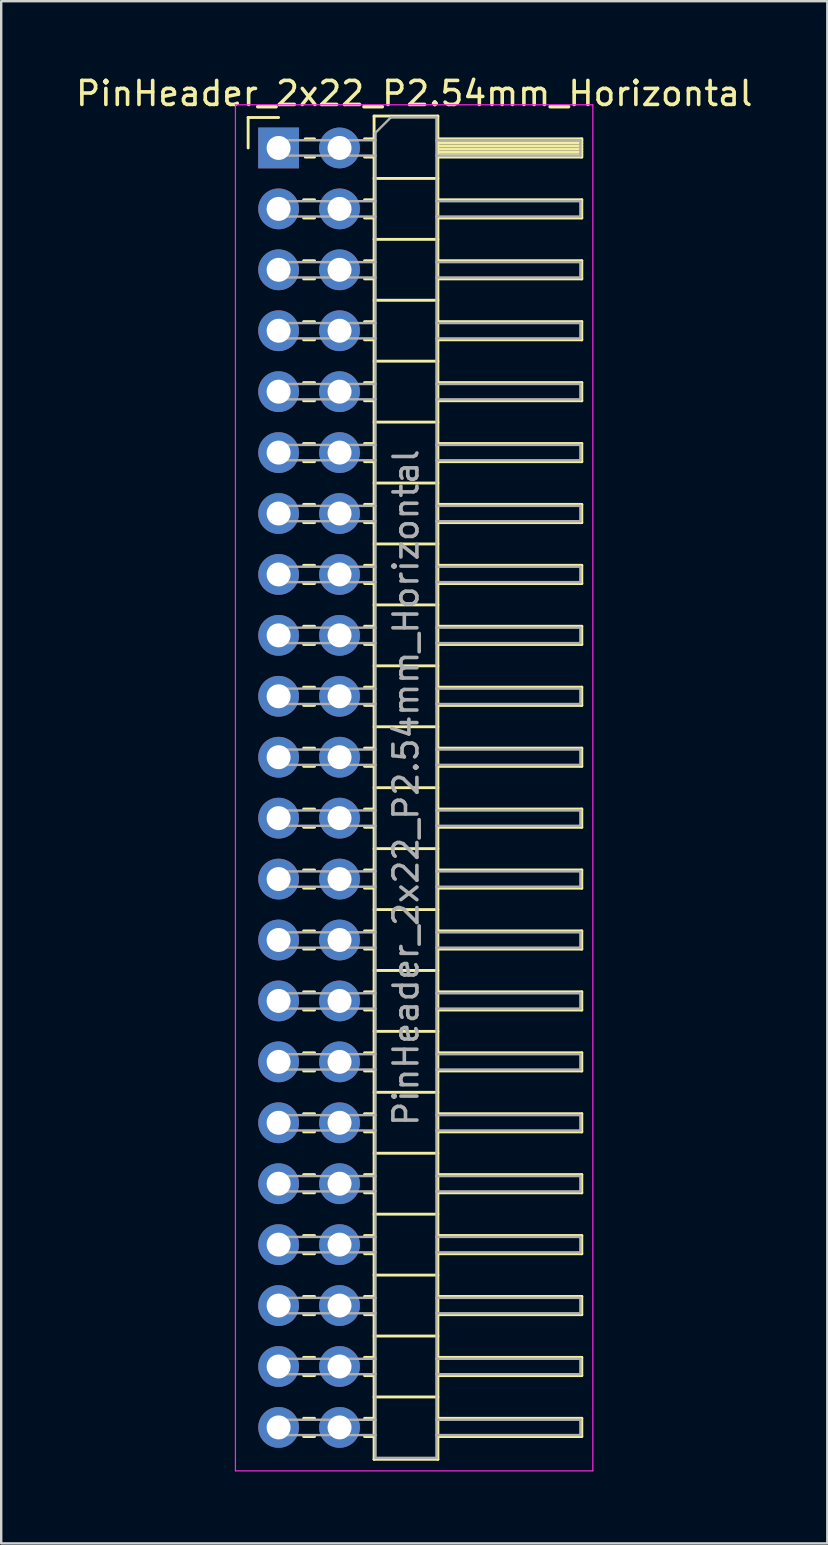
<source format=kicad_pcb>
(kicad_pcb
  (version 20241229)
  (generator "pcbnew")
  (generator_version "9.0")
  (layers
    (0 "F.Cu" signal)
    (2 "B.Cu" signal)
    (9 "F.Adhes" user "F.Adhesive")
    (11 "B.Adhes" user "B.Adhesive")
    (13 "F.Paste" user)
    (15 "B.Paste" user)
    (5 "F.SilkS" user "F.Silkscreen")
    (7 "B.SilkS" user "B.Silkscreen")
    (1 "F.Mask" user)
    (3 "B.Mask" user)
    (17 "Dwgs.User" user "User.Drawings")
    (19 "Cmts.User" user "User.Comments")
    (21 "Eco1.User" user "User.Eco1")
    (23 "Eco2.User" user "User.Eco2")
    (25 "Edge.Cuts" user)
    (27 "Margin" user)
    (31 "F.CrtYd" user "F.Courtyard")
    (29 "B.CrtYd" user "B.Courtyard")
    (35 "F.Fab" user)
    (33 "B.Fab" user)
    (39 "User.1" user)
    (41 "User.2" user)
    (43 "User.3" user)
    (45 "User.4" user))
  (footprint "PinHeader_2x22_P2.54mm_Horizontal"
    (layer "F.Cu")
    (at 8.565 3.118)
    (property "Reference" "PinHeader_2x22_P2.54mm_Horizontal" (at 5.655 -2.27 0) (layer "F.SilkS") (effects (font (size 1 1) (thickness 0.15))))
    (attr through_hole)
    (fp_line (start -1.27 -1.27) (end 0 -1.27) (stroke (width 0.12) (type solid)) (layer "F.SilkS"))
    (fp_line (start -1.27 0) (end -1.27 -1.27) (stroke (width 0.12) (type solid)) (layer "F.SilkS"))
    (fp_line (start 1.043 2.16) (end 1.497 2.16) (stroke (width 0.12) (type solid)) (layer "F.SilkS"))
    (fp_line (start 1.043 2.92) (end 1.497 2.92) (stroke (width 0.12) (type solid)) (layer "F.SilkS"))
    (fp_line (start 1.043 4.7) (end 1.497 4.7) (stroke (width 0.12) (type solid)) (layer "F.SilkS"))
    (fp_line (start 1.043 5.46) (end 1.497 5.46) (stroke (width 0.12) (type solid)) (layer "F.SilkS"))
    (fp_line (start 1.043 7.24) (end 1.497 7.24) (stroke (width 0.12) (type solid)) (layer "F.SilkS"))
    (fp_line (start 1.043 8) (end 1.497 8) (stroke (width 0.12) (type solid)) (layer "F.SilkS"))
    (fp_line (start 1.043 9.78) (end 1.497 9.78) (stroke (width 0.12) (type solid)) (layer "F.SilkS"))
    (fp_line (start 1.043 10.54) (end 1.497 10.54) (stroke (width 0.12) (type solid)) (layer "F.SilkS"))
    (fp_line (start 1.043 12.32) (end 1.497 12.32) (stroke (width 0.12) (type solid)) (layer "F.SilkS"))
    (fp_line (start 1.043 13.08) (end 1.497 13.08) (stroke (width 0.12) (type solid)) (layer "F.SilkS"))
    (fp_line (start 1.043 14.86) (end 1.497 14.86) (stroke (width 0.12) (type solid)) (layer "F.SilkS"))
    (fp_line (start 1.043 15.62) (end 1.497 15.62) (stroke (width 0.12) (type solid)) (layer "F.SilkS"))
    (fp_line (start 1.043 17.4) (end 1.497 17.4) (stroke (width 0.12) (type solid)) (layer "F.SilkS"))
    (fp_line (start 1.043 18.16) (end 1.497 18.16) (stroke (width 0.12) (type solid)) (layer "F.SilkS"))
    (fp_line (start 1.043 19.94) (end 1.497 19.94) (stroke (width 0.12) (type solid)) (layer "F.SilkS"))
    (fp_line (start 1.043 20.7) (end 1.497 20.7) (stroke (width 0.12) (type solid)) (layer "F.SilkS"))
    (fp_line (start 1.043 22.48) (end 1.497 22.48) (stroke (width 0.12) (type solid)) (layer "F.SilkS"))
    (fp_line (start 1.043 23.24) (end 1.497 23.24) (stroke (width 0.12) (type solid)) (layer "F.SilkS"))
    (fp_line (start 1.043 25.02) (end 1.497 25.02) (stroke (width 0.12) (type solid)) (layer "F.SilkS"))
    (fp_line (start 1.043 25.78) (end 1.497 25.78) (stroke (width 0.12) (type solid)) (layer "F.SilkS"))
    (fp_line (start 1.043 27.56) (end 1.497 27.56) (stroke (width 0.12) (type solid)) (layer "F.SilkS"))
    (fp_line (start 1.043 28.32) (end 1.497 28.32) (stroke (width 0.12) (type solid)) (layer "F.SilkS"))
    (fp_line (start 1.043 30.1) (end 1.497 30.1) (stroke (width 0.12) (type solid)) (layer "F.SilkS"))
    (fp_line (start 1.043 30.86) (end 1.497 30.86) (stroke (width 0.12) (type solid)) (layer "F.SilkS"))
    (fp_line (start 1.043 32.64) (end 1.497 32.64) (stroke (width 0.12) (type solid)) (layer "F.SilkS"))
    (fp_line (start 1.043 33.4) (end 1.497 33.4) (stroke (width 0.12) (type solid)) (layer "F.SilkS"))
    (fp_line (start 1.043 35.18) (end 1.497 35.18) (stroke (width 0.12) (type solid)) (layer "F.SilkS"))
    (fp_line (start 1.043 35.94) (end 1.497 35.94) (stroke (width 0.12) (type solid)) (layer "F.SilkS"))
    (fp_line (start 1.043 37.72) (end 1.497 37.72) (stroke (width 0.12) (type solid)) (layer "F.SilkS"))
    (fp_line (start 1.043 38.48) (end 1.497 38.48) (stroke (width 0.12) (type solid)) (layer "F.SilkS"))
    (fp_line (start 1.043 40.26) (end 1.497 40.26) (stroke (width 0.12) (type solid)) (layer "F.SilkS"))
    (fp_line (start 1.043 41.02) (end 1.497 41.02) (stroke (width 0.12) (type solid)) (layer "F.SilkS"))
    (fp_line (start 1.043 42.8) (end 1.497 42.8) (stroke (width 0.12) (type solid)) (layer "F.SilkS"))
    (fp_line (start 1.043 43.56) (end 1.497 43.56) (stroke (width 0.12) (type solid)) (layer "F.SilkS"))
    (fp_line (start 1.043 45.34) (end 1.497 45.34) (stroke (width 0.12) (type solid)) (layer "F.SilkS"))
    (fp_line (start 1.043 46.1) (end 1.497 46.1) (stroke (width 0.12) (type solid)) (layer "F.SilkS"))
    (fp_line (start 1.043 47.88) (end 1.497 47.88) (stroke (width 0.12) (type solid)) (layer "F.SilkS"))
    (fp_line (start 1.043 48.64) (end 1.497 48.64) (stroke (width 0.12) (type solid)) (layer "F.SilkS"))
    (fp_line (start 1.043 50.42) (end 1.497 50.42) (stroke (width 0.12) (type solid)) (layer "F.SilkS"))
    (fp_line (start 1.043 51.18) (end 1.497 51.18) (stroke (width 0.12) (type solid)) (layer "F.SilkS"))
    (fp_line (start 1.043 52.96) (end 1.497 52.96) (stroke (width 0.12) (type solid)) (layer "F.SilkS"))
    (fp_line (start 1.043 53.72) (end 1.497 53.72) (stroke (width 0.12) (type solid)) (layer "F.SilkS"))
    (fp_line (start 1.11 -0.38) (end 1.497 -0.38) (stroke (width 0.12) (type solid)) (layer "F.SilkS"))
    (fp_line (start 1.11 0.38) (end 1.497 0.38) (stroke (width 0.12) (type solid)) (layer "F.SilkS"))
    (fp_line (start 3.583 -0.38) (end 3.98 -0.38) (stroke (width 0.12) (type solid)) (layer "F.SilkS"))
    (fp_line (start 3.583 0.38) (end 3.98 0.38) (stroke (width 0.12) (type solid)) (layer "F.SilkS"))
    (fp_line (start 3.583 2.16) (end 3.98 2.16) (stroke (width 0.12) (type solid)) (layer "F.SilkS"))
    (fp_line (start 3.583 2.92) (end 3.98 2.92) (stroke (width 0.12) (type solid)) (layer "F.SilkS"))
    (fp_line (start 3.583 4.7) (end 3.98 4.7) (stroke (width 0.12) (type solid)) (layer "F.SilkS"))
    (fp_line (start 3.583 5.46) (end 3.98 5.46) (stroke (width 0.12) (type solid)) (layer "F.SilkS"))
    (fp_line (start 3.583 7.24) (end 3.98 7.24) (stroke (width 0.12) (type solid)) (layer "F.SilkS"))
    (fp_line (start 3.583 8) (end 3.98 8) (stroke (width 0.12) (type solid)) (layer "F.SilkS"))
    (fp_line (start 3.583 9.78) (end 3.98 9.78) (stroke (width 0.12) (type solid)) (layer "F.SilkS"))
    (fp_line (start 3.583 10.54) (end 3.98 10.54) (stroke (width 0.12) (type solid)) (layer "F.SilkS"))
    (fp_line (start 3.583 12.32) (end 3.98 12.32) (stroke (width 0.12) (type solid)) (layer "F.SilkS"))
    (fp_line (start 3.583 13.08) (end 3.98 13.08) (stroke (width 0.12) (type solid)) (layer "F.SilkS"))
    (fp_line (start 3.583 14.86) (end 3.98 14.86) (stroke (width 0.12) (type solid)) (layer "F.SilkS"))
    (fp_line (start 3.583 15.62) (end 3.98 15.62) (stroke (width 0.12) (type solid)) (layer "F.SilkS"))
    (fp_line (start 3.583 17.4) (end 3.98 17.4) (stroke (width 0.12) (type solid)) (layer "F.SilkS"))
    (fp_line (start 3.583 18.16) (end 3.98 18.16) (stroke (width 0.12) (type solid)) (layer "F.SilkS"))
    (fp_line (start 3.583 19.94) (end 3.98 19.94) (stroke (width 0.12) (type solid)) (layer "F.SilkS"))
    (fp_line (start 3.583 20.7) (end 3.98 20.7) (stroke (width 0.12) (type solid)) (layer "F.SilkS"))
    (fp_line (start 3.583 22.48) (end 3.98 22.48) (stroke (width 0.12) (type solid)) (layer "F.SilkS"))
    (fp_line (start 3.583 23.24) (end 3.98 23.24) (stroke (width 0.12) (type solid)) (layer "F.SilkS"))
    (fp_line (start 3.583 25.02) (end 3.98 25.02) (stroke (width 0.12) (type solid)) (layer "F.SilkS"))
    (fp_line (start 3.583 25.78) (end 3.98 25.78) (stroke (width 0.12) (type solid)) (layer "F.SilkS"))
    (fp_line (start 3.583 27.56) (end 3.98 27.56) (stroke (width 0.12) (type solid)) (layer "F.SilkS"))
    (fp_line (start 3.583 28.32) (end 3.98 28.32) (stroke (width 0.12) (type solid)) (layer "F.SilkS"))
    (fp_line (start 3.583 30.1) (end 3.98 30.1) (stroke (width 0.12) (type solid)) (layer "F.SilkS"))
    (fp_line (start 3.583 30.86) (end 3.98 30.86) (stroke (width 0.12) (type solid)) (layer "F.SilkS"))
    (fp_line (start 3.583 32.64) (end 3.98 32.64) (stroke (width 0.12) (type solid)) (layer "F.SilkS"))
    (fp_line (start 3.583 33.4) (end 3.98 33.4) (stroke (width 0.12) (type solid)) (layer "F.SilkS"))
    (fp_line (start 3.583 35.18) (end 3.98 35.18) (stroke (width 0.12) (type solid)) (layer "F.SilkS"))
    (fp_line (start 3.583 35.94) (end 3.98 35.94) (stroke (width 0.12) (type solid)) (layer "F.SilkS"))
    (fp_line (start 3.583 37.72) (end 3.98 37.72) (stroke (width 0.12) (type solid)) (layer "F.SilkS"))
    (fp_line (start 3.583 38.48) (end 3.98 38.48) (stroke (width 0.12) (type solid)) (layer "F.SilkS"))
    (fp_line (start 3.583 40.26) (end 3.98 40.26) (stroke (width 0.12) (type solid)) (layer "F.SilkS"))
    (fp_line (start 3.583 41.02) (end 3.98 41.02) (stroke (width 0.12) (type solid)) (layer "F.SilkS"))
    (fp_line (start 3.583 42.8) (end 3.98 42.8) (stroke (width 0.12) (type solid)) (layer "F.SilkS"))
    (fp_line (start 3.583 43.56) (end 3.98 43.56) (stroke (width 0.12) (type solid)) (layer "F.SilkS"))
    (fp_line (start 3.583 45.34) (end 3.98 45.34) (stroke (width 0.12) (type solid)) (layer "F.SilkS"))
    (fp_line (start 3.583 46.1) (end 3.98 46.1) (stroke (width 0.12) (type solid)) (layer "F.SilkS"))
    (fp_line (start 3.583 47.88) (end 3.98 47.88) (stroke (width 0.12) (type solid)) (layer "F.SilkS"))
    (fp_line (start 3.583 48.64) (end 3.98 48.64) (stroke (width 0.12) (type solid)) (layer "F.SilkS"))
    (fp_line (start 3.583 50.42) (end 3.98 50.42) (stroke (width 0.12) (type solid)) (layer "F.SilkS"))
    (fp_line (start 3.583 51.18) (end 3.98 51.18) (stroke (width 0.12) (type solid)) (layer "F.SilkS"))
    (fp_line (start 3.583 52.96) (end 3.98 52.96) (stroke (width 0.12) (type solid)) (layer "F.SilkS"))
    (fp_line (start 3.583 53.72) (end 3.98 53.72) (stroke (width 0.12) (type solid)) (layer "F.SilkS"))
    (fp_line (start 3.98 -1.33) (end 3.98 54.67) (stroke (width 0.12) (type solid)) (layer "F.SilkS"))
    (fp_line (start 3.98 1.27) (end 6.64 1.27) (stroke (width 0.12) (type solid)) (layer "F.SilkS"))
    (fp_line (start 3.98 3.81) (end 6.64 3.81) (stroke (width 0.12) (type solid)) (layer "F.SilkS"))
    (fp_line (start 3.98 6.35) (end 6.64 6.35) (stroke (width 0.12) (type solid)) (layer "F.SilkS"))
    (fp_line (start 3.98 8.89) (end 6.64 8.89) (stroke (width 0.12) (type solid)) (layer "F.SilkS"))
    (fp_line (start 3.98 11.43) (end 6.64 11.43) (stroke (width 0.12) (type solid)) (layer "F.SilkS"))
    (fp_line (start 3.98 13.97) (end 6.64 13.97) (stroke (width 0.12) (type solid)) (layer "F.SilkS"))
    (fp_line (start 3.98 16.51) (end 6.64 16.51) (stroke (width 0.12) (type solid)) (layer "F.SilkS"))
    (fp_line (start 3.98 19.05) (end 6.64 19.05) (stroke (width 0.12) (type solid)) (layer "F.SilkS"))
    (fp_line (start 3.98 21.59) (end 6.64 21.59) (stroke (width 0.12) (type solid)) (layer "F.SilkS"))
    (fp_line (start 3.98 24.13) (end 6.64 24.13) (stroke (width 0.12) (type solid)) (layer "F.SilkS"))
    (fp_line (start 3.98 26.67) (end 6.64 26.67) (stroke (width 0.12) (type solid)) (layer "F.SilkS"))
    (fp_line (start 3.98 29.21) (end 6.64 29.21) (stroke (width 0.12) (type solid)) (layer "F.SilkS"))
    (fp_line (start 3.98 31.75) (end 6.64 31.75) (stroke (width 0.12) (type solid)) (layer "F.SilkS"))
    (fp_line (start 3.98 34.29) (end 6.64 34.29) (stroke (width 0.12) (type solid)) (layer "F.SilkS"))
    (fp_line (start 3.98 36.83) (end 6.64 36.83) (stroke (width 0.12) (type solid)) (layer "F.SilkS"))
    (fp_line (start 3.98 39.37) (end 6.64 39.37) (stroke (width 0.12) (type solid)) (layer "F.SilkS"))
    (fp_line (start 3.98 41.91) (end 6.64 41.91) (stroke (width 0.12) (type solid)) (layer "F.SilkS"))
    (fp_line (start 3.98 44.45) (end 6.64 44.45) (stroke (width 0.12) (type solid)) (layer "F.SilkS"))
    (fp_line (start 3.98 46.99) (end 6.64 46.99) (stroke (width 0.12) (type solid)) (layer "F.SilkS"))
    (fp_line (start 3.98 49.53) (end 6.64 49.53) (stroke (width 0.12) (type solid)) (layer "F.SilkS"))
    (fp_line (start 3.98 52.07) (end 6.64 52.07) (stroke (width 0.12) (type solid)) (layer "F.SilkS"))
    (fp_line (start 3.98 54.67) (end 6.64 54.67) (stroke (width 0.12) (type solid)) (layer "F.SilkS"))
    (fp_line (start 6.64 -1.33) (end 3.98 -1.33) (stroke (width 0.12) (type solid)) (layer "F.SilkS"))
    (fp_line (start 6.64 -0.38) (end 12.64 -0.38) (stroke (width 0.12) (type solid)) (layer "F.SilkS"))
    (fp_line (start 6.64 -0.32) (end 12.64 -0.32) (stroke (width 0.12) (type solid)) (layer "F.SilkS"))
    (fp_line (start 6.64 -0.2) (end 12.64 -0.2) (stroke (width 0.12) (type solid)) (layer "F.SilkS"))
    (fp_line (start 6.64 -0.08) (end 12.64 -0.08) (stroke (width 0.12) (type solid)) (layer "F.SilkS"))
    (fp_line (start 6.64 0.04) (end 12.64 0.04) (stroke (width 0.12) (type solid)) (layer "F.SilkS"))
    (fp_line (start 6.64 0.16) (end 12.64 0.16) (stroke (width 0.12) (type solid)) (layer "F.SilkS"))
    (fp_line (start 6.64 0.28) (end 12.64 0.28) (stroke (width 0.12) (type solid)) (layer "F.SilkS"))
    (fp_line (start 6.64 2.16) (end 12.64 2.16) (stroke (width 0.12) (type solid)) (layer "F.SilkS"))
    (fp_line (start 6.64 4.7) (end 12.64 4.7) (stroke (width 0.12) (type solid)) (layer "F.SilkS"))
    (fp_line (start 6.64 7.24) (end 12.64 7.24) (stroke (width 0.12) (type solid)) (layer "F.SilkS"))
    (fp_line (start 6.64 9.78) (end 12.64 9.78) (stroke (width 0.12) (type solid)) (layer "F.SilkS"))
    (fp_line (start 6.64 12.32) (end 12.64 12.32) (stroke (width 0.12) (type solid)) (layer "F.SilkS"))
    (fp_line (start 6.64 14.86) (end 12.64 14.86) (stroke (width 0.12) (type solid)) (layer "F.SilkS"))
    (fp_line (start 6.64 17.4) (end 12.64 17.4) (stroke (width 0.12) (type solid)) (layer "F.SilkS"))
    (fp_line (start 6.64 19.94) (end 12.64 19.94) (stroke (width 0.12) (type solid)) (layer "F.SilkS"))
    (fp_line (start 6.64 22.48) (end 12.64 22.48) (stroke (width 0.12) (type solid)) (layer "F.SilkS"))
    (fp_line (start 6.64 25.02) (end 12.64 25.02) (stroke (width 0.12) (type solid)) (layer "F.SilkS"))
    (fp_line (start 6.64 27.56) (end 12.64 27.56) (stroke (width 0.12) (type solid)) (layer "F.SilkS"))
    (fp_line (start 6.64 30.1) (end 12.64 30.1) (stroke (width 0.12) (type solid)) (layer "F.SilkS"))
    (fp_line (start 6.64 32.64) (end 12.64 32.64) (stroke (width 0.12) (type solid)) (layer "F.SilkS"))
    (fp_line (start 6.64 35.18) (end 12.64 35.18) (stroke (width 0.12) (type solid)) (layer "F.SilkS"))
    (fp_line (start 6.64 37.72) (end 12.64 37.72) (stroke (width 0.12) (type solid)) (layer "F.SilkS"))
    (fp_line (start 6.64 40.26) (end 12.64 40.26) (stroke (width 0.12) (type solid)) (layer "F.SilkS"))
    (fp_line (start 6.64 42.8) (end 12.64 42.8) (stroke (width 0.12) (type solid)) (layer "F.SilkS"))
    (fp_line (start 6.64 45.34) (end 12.64 45.34) (stroke (width 0.12) (type solid)) (layer "F.SilkS"))
    (fp_line (start 6.64 47.88) (end 12.64 47.88) (stroke (width 0.12) (type solid)) (layer "F.SilkS"))
    (fp_line (start 6.64 50.42) (end 12.64 50.42) (stroke (width 0.12) (type solid)) (layer "F.SilkS"))
    (fp_line (start 6.64 52.96) (end 12.64 52.96) (stroke (width 0.12) (type solid)) (layer "F.SilkS"))
    (fp_line (start 6.64 54.67) (end 6.64 -1.33) (stroke (width 0.12) (type solid)) (layer "F.SilkS"))
    (fp_line (start 12.64 -0.38) (end 12.64 0.38) (stroke (width 0.12) (type solid)) (layer "F.SilkS"))
    (fp_line (start 12.64 0.38) (end 6.64 0.38) (stroke (width 0.12) (type solid)) (layer "F.SilkS"))
    (fp_line (start 12.64 2.16) (end 12.64 2.92) (stroke (width 0.12) (type solid)) (layer "F.SilkS"))
    (fp_line (start 12.64 2.92) (end 6.64 2.92) (stroke (width 0.12) (type solid)) (layer "F.SilkS"))
    (fp_line (start 12.64 4.7) (end 12.64 5.46) (stroke (width 0.12) (type solid)) (layer "F.SilkS"))
    (fp_line (start 12.64 5.46) (end 6.64 5.46) (stroke (width 0.12) (type solid)) (layer "F.SilkS"))
    (fp_line (start 12.64 7.24) (end 12.64 8) (stroke (width 0.12) (type solid)) (layer "F.SilkS"))
    (fp_line (start 12.64 8) (end 6.64 8) (stroke (width 0.12) (type solid)) (layer "F.SilkS"))
    (fp_line (start 12.64 9.78) (end 12.64 10.54) (stroke (width 0.12) (type solid)) (layer "F.SilkS"))
    (fp_line (start 12.64 10.54) (end 6.64 10.54) (stroke (width 0.12) (type solid)) (layer "F.SilkS"))
    (fp_line (start 12.64 12.32) (end 12.64 13.08) (stroke (width 0.12) (type solid)) (layer "F.SilkS"))
    (fp_line (start 12.64 13.08) (end 6.64 13.08) (stroke (width 0.12) (type solid)) (layer "F.SilkS"))
    (fp_line (start 12.64 14.86) (end 12.64 15.62) (stroke (width 0.12) (type solid)) (layer "F.SilkS"))
    (fp_line (start 12.64 15.62) (end 6.64 15.62) (stroke (width 0.12) (type solid)) (layer "F.SilkS"))
    (fp_line (start 12.64 17.4) (end 12.64 18.16) (stroke (width 0.12) (type solid)) (layer "F.SilkS"))
    (fp_line (start 12.64 18.16) (end 6.64 18.16) (stroke (width 0.12) (type solid)) (layer "F.SilkS"))
    (fp_line (start 12.64 19.94) (end 12.64 20.7) (stroke (width 0.12) (type solid)) (layer "F.SilkS"))
    (fp_line (start 12.64 20.7) (end 6.64 20.7) (stroke (width 0.12) (type solid)) (layer "F.SilkS"))
    (fp_line (start 12.64 22.48) (end 12.64 23.24) (stroke (width 0.12) (type solid)) (layer "F.SilkS"))
    (fp_line (start 12.64 23.24) (end 6.64 23.24) (stroke (width 0.12) (type solid)) (layer "F.SilkS"))
    (fp_line (start 12.64 25.02) (end 12.64 25.78) (stroke (width 0.12) (type solid)) (layer "F.SilkS"))
    (fp_line (start 12.64 25.78) (end 6.64 25.78) (stroke (width 0.12) (type solid)) (layer "F.SilkS"))
    (fp_line (start 12.64 27.56) (end 12.64 28.32) (stroke (width 0.12) (type solid)) (layer "F.SilkS"))
    (fp_line (start 12.64 28.32) (end 6.64 28.32) (stroke (width 0.12) (type solid)) (layer "F.SilkS"))
    (fp_line (start 12.64 30.1) (end 12.64 30.86) (stroke (width 0.12) (type solid)) (layer "F.SilkS"))
    (fp_line (start 12.64 30.86) (end 6.64 30.86) (stroke (width 0.12) (type solid)) (layer "F.SilkS"))
    (fp_line (start 12.64 32.64) (end 12.64 33.4) (stroke (width 0.12) (type solid)) (layer "F.SilkS"))
    (fp_line (start 12.64 33.4) (end 6.64 33.4) (stroke (width 0.12) (type solid)) (layer "F.SilkS"))
    (fp_line (start 12.64 35.18) (end 12.64 35.94) (stroke (width 0.12) (type solid)) (layer "F.SilkS"))
    (fp_line (start 12.64 35.94) (end 6.64 35.94) (stroke (width 0.12) (type solid)) (layer "F.SilkS"))
    (fp_line (start 12.64 37.72) (end 12.64 38.48) (stroke (width 0.12) (type solid)) (layer "F.SilkS"))
    (fp_line (start 12.64 38.48) (end 6.64 38.48) (stroke (width 0.12) (type solid)) (layer "F.SilkS"))
    (fp_line (start 12.64 40.26) (end 12.64 41.02) (stroke (width 0.12) (type solid)) (layer "F.SilkS"))
    (fp_line (start 12.64 41.02) (end 6.64 41.02) (stroke (width 0.12) (type solid)) (layer "F.SilkS"))
    (fp_line (start 12.64 42.8) (end 12.64 43.56) (stroke (width 0.12) (type solid)) (layer "F.SilkS"))
    (fp_line (start 12.64 43.56) (end 6.64 43.56) (stroke (width 0.12) (type solid)) (layer "F.SilkS"))
    (fp_line (start 12.64 45.34) (end 12.64 46.1) (stroke (width 0.12) (type solid)) (layer "F.SilkS"))
    (fp_line (start 12.64 46.1) (end 6.64 46.1) (stroke (width 0.12) (type solid)) (layer "F.SilkS"))
    (fp_line (start 12.64 47.88) (end 12.64 48.64) (stroke (width 0.12) (type solid)) (layer "F.SilkS"))
    (fp_line (start 12.64 48.64) (end 6.64 48.64) (stroke (width 0.12) (type solid)) (layer "F.SilkS"))
    (fp_line (start 12.64 50.42) (end 12.64 51.18) (stroke (width 0.12) (type solid)) (layer "F.SilkS"))
    (fp_line (start 12.64 51.18) (end 6.64 51.18) (stroke (width 0.12) (type solid)) (layer "F.SilkS"))
    (fp_line (start 12.64 52.96) (end 12.64 53.72) (stroke (width 0.12) (type solid)) (layer "F.SilkS"))
    (fp_line (start 12.64 53.72) (end 6.64 53.72) (stroke (width 0.12) (type solid)) (layer "F.SilkS"))
    (fp_line (start -1.8 -1.8) (end -1.8 55.15) (stroke (width 0.05) (type solid)) (layer "F.CrtYd"))
    (fp_line (start -1.8 55.15) (end 13.1 55.15) (stroke (width 0.05) (type solid)) (layer "F.CrtYd"))
    (fp_line (start 13.1 -1.8) (end -1.8 -1.8) (stroke (width 0.05) (type solid)) (layer "F.CrtYd"))
    (fp_line (start 13.1 55.15) (end 13.1 -1.8) (stroke (width 0.05) (type solid)) (layer "F.CrtYd"))
    (fp_line (start -0.32 -0.32) (end -0.32 0.32) (stroke (width 0.1) (type solid)) (layer "F.Fab"))
    (fp_line (start -0.32 -0.32) (end 4.04 -0.32) (stroke (width 0.1) (type solid)) (layer "F.Fab"))
    (fp_line (start -0.32 0.32) (end 4.04 0.32) (stroke (width 0.1) (type solid)) (layer "F.Fab"))
    (fp_line (start -0.32 2.22) (end -0.32 2.86) (stroke (width 0.1) (type solid)) (layer "F.Fab"))
    (fp_line (start -0.32 2.22) (end 4.04 2.22) (stroke (width 0.1) (type solid)) (layer "F.Fab"))
    (fp_line (start -0.32 2.86) (end 4.04 2.86) (stroke (width 0.1) (type solid)) (layer "F.Fab"))
    (fp_line (start -0.32 4.76) (end -0.32 5.4) (stroke (width 0.1) (type solid)) (layer "F.Fab"))
    (fp_line (start -0.32 4.76) (end 4.04 4.76) (stroke (width 0.1) (type solid)) (layer "F.Fab"))
    (fp_line (start -0.32 5.4) (end 4.04 5.4) (stroke (width 0.1) (type solid)) (layer "F.Fab"))
    (fp_line (start -0.32 7.3) (end -0.32 7.94) (stroke (width 0.1) (type solid)) (layer "F.Fab"))
    (fp_line (start -0.32 7.3) (end 4.04 7.3) (stroke (width 0.1) (type solid)) (layer "F.Fab"))
    (fp_line (start -0.32 7.94) (end 4.04 7.94) (stroke (width 0.1) (type solid)) (layer "F.Fab"))
    (fp_line (start -0.32 9.84) (end -0.32 10.48) (stroke (width 0.1) (type solid)) (layer "F.Fab"))
    (fp_line (start -0.32 9.84) (end 4.04 9.84) (stroke (width 0.1) (type solid)) (layer "F.Fab"))
    (fp_line (start -0.32 10.48) (end 4.04 10.48) (stroke (width 0.1) (type solid)) (layer "F.Fab"))
    (fp_line (start -0.32 12.38) (end -0.32 13.02) (stroke (width 0.1) (type solid)) (layer "F.Fab"))
    (fp_line (start -0.32 12.38) (end 4.04 12.38) (stroke (width 0.1) (type solid)) (layer "F.Fab"))
    (fp_line (start -0.32 13.02) (end 4.04 13.02) (stroke (width 0.1) (type solid)) (layer "F.Fab"))
    (fp_line (start -0.32 14.92) (end -0.32 15.56) (stroke (width 0.1) (type solid)) (layer "F.Fab"))
    (fp_line (start -0.32 14.92) (end 4.04 14.92) (stroke (width 0.1) (type solid)) (layer "F.Fab"))
    (fp_line (start -0.32 15.56) (end 4.04 15.56) (stroke (width 0.1) (type solid)) (layer "F.Fab"))
    (fp_line (start -0.32 17.46) (end -0.32 18.1) (stroke (width 0.1) (type solid)) (layer "F.Fab"))
    (fp_line (start -0.32 17.46) (end 4.04 17.46) (stroke (width 0.1) (type solid)) (layer "F.Fab"))
    (fp_line (start -0.32 18.1) (end 4.04 18.1) (stroke (width 0.1) (type solid)) (layer "F.Fab"))
    (fp_line (start -0.32 20) (end -0.32 20.64) (stroke (width 0.1) (type solid)) (layer "F.Fab"))
    (fp_line (start -0.32 20) (end 4.04 20) (stroke (width 0.1) (type solid)) (layer "F.Fab"))
    (fp_line (start -0.32 20.64) (end 4.04 20.64) (stroke (width 0.1) (type solid)) (layer "F.Fab"))
    (fp_line (start -0.32 22.54) (end -0.32 23.18) (stroke (width 0.1) (type solid)) (layer "F.Fab"))
    (fp_line (start -0.32 22.54) (end 4.04 22.54) (stroke (width 0.1) (type solid)) (layer "F.Fab"))
    (fp_line (start -0.32 23.18) (end 4.04 23.18) (stroke (width 0.1) (type solid)) (layer "F.Fab"))
    (fp_line (start -0.32 25.08) (end -0.32 25.72) (stroke (width 0.1) (type solid)) (layer "F.Fab"))
    (fp_line (start -0.32 25.08) (end 4.04 25.08) (stroke (width 0.1) (type solid)) (layer "F.Fab"))
    (fp_line (start -0.32 25.72) (end 4.04 25.72) (stroke (width 0.1) (type solid)) (layer "F.Fab"))
    (fp_line (start -0.32 27.62) (end -0.32 28.26) (stroke (width 0.1) (type solid)) (layer "F.Fab"))
    (fp_line (start -0.32 27.62) (end 4.04 27.62) (stroke (width 0.1) (type solid)) (layer "F.Fab"))
    (fp_line (start -0.32 28.26) (end 4.04 28.26) (stroke (width 0.1) (type solid)) (layer "F.Fab"))
    (fp_line (start -0.32 30.16) (end -0.32 30.8) (stroke (width 0.1) (type solid)) (layer "F.Fab"))
    (fp_line (start -0.32 30.16) (end 4.04 30.16) (stroke (width 0.1) (type solid)) (layer "F.Fab"))
    (fp_line (start -0.32 30.8) (end 4.04 30.8) (stroke (width 0.1) (type solid)) (layer "F.Fab"))
    (fp_line (start -0.32 32.7) (end -0.32 33.34) (stroke (width 0.1) (type solid)) (layer "F.Fab"))
    (fp_line (start -0.32 32.7) (end 4.04 32.7) (stroke (width 0.1) (type solid)) (layer "F.Fab"))
    (fp_line (start -0.32 33.34) (end 4.04 33.34) (stroke (width 0.1) (type solid)) (layer "F.Fab"))
    (fp_line (start -0.32 35.24) (end -0.32 35.88) (stroke (width 0.1) (type solid)) (layer "F.Fab"))
    (fp_line (start -0.32 35.24) (end 4.04 35.24) (stroke (width 0.1) (type solid)) (layer "F.Fab"))
    (fp_line (start -0.32 35.88) (end 4.04 35.88) (stroke (width 0.1) (type solid)) (layer "F.Fab"))
    (fp_line (start -0.32 37.78) (end -0.32 38.42) (stroke (width 0.1) (type solid)) (layer "F.Fab"))
    (fp_line (start -0.32 37.78) (end 4.04 37.78) (stroke (width 0.1) (type solid)) (layer "F.Fab"))
    (fp_line (start -0.32 38.42) (end 4.04 38.42) (stroke (width 0.1) (type solid)) (layer "F.Fab"))
    (fp_line (start -0.32 40.32) (end -0.32 40.96) (stroke (width 0.1) (type solid)) (layer "F.Fab"))
    (fp_line (start -0.32 40.32) (end 4.04 40.32) (stroke (width 0.1) (type solid)) (layer "F.Fab"))
    (fp_line (start -0.32 40.96) (end 4.04 40.96) (stroke (width 0.1) (type solid)) (layer "F.Fab"))
    (fp_line (start -0.32 42.86) (end -0.32 43.5) (stroke (width 0.1) (type solid)) (layer "F.Fab"))
    (fp_line (start -0.32 42.86) (end 4.04 42.86) (stroke (width 0.1) (type solid)) (layer "F.Fab"))
    (fp_line (start -0.32 43.5) (end 4.04 43.5) (stroke (width 0.1) (type solid)) (layer "F.Fab"))
    (fp_line (start -0.32 45.4) (end -0.32 46.04) (stroke (width 0.1) (type solid)) (layer "F.Fab"))
    (fp_line (start -0.32 45.4) (end 4.04 45.4) (stroke (width 0.1) (type solid)) (layer "F.Fab"))
    (fp_line (start -0.32 46.04) (end 4.04 46.04) (stroke (width 0.1) (type solid)) (layer "F.Fab"))
    (fp_line (start -0.32 47.94) (end -0.32 48.58) (stroke (width 0.1) (type solid)) (layer "F.Fab"))
    (fp_line (start -0.32 47.94) (end 4.04 47.94) (stroke (width 0.1) (type solid)) (layer "F.Fab"))
    (fp_line (start -0.32 48.58) (end 4.04 48.58) (stroke (width 0.1) (type solid)) (layer "F.Fab"))
    (fp_line (start -0.32 50.48) (end -0.32 51.12) (stroke (width 0.1) (type solid)) (layer "F.Fab"))
    (fp_line (start -0.32 50.48) (end 4.04 50.48) (stroke (width 0.1) (type solid)) (layer "F.Fab"))
    (fp_line (start -0.32 51.12) (end 4.04 51.12) (stroke (width 0.1) (type solid)) (layer "F.Fab"))
    (fp_line (start -0.32 53.02) (end -0.32 53.66) (stroke (width 0.1) (type solid)) (layer "F.Fab"))
    (fp_line (start -0.32 53.02) (end 4.04 53.02) (stroke (width 0.1) (type solid)) (layer "F.Fab"))
    (fp_line (start -0.32 53.66) (end 4.04 53.66) (stroke (width 0.1) (type solid)) (layer "F.Fab"))
    (fp_line (start 4.04 -0.635) (end 4.675 -1.27) (stroke (width 0.1) (type solid)) (layer "F.Fab"))
    (fp_line (start 4.04 54.61) (end 4.04 -0.635) (stroke (width 0.1) (type solid)) (layer "F.Fab"))
    (fp_line (start 4.675 -1.27) (end 6.58 -1.27) (stroke (width 0.1) (type solid)) (layer "F.Fab"))
    (fp_line (start 6.58 -1.27) (end 6.58 54.61) (stroke (width 0.1) (type solid)) (layer "F.Fab"))
    (fp_line (start 6.58 -0.32) (end 12.58 -0.32) (stroke (width 0.1) (type solid)) (layer "F.Fab"))
    (fp_line (start 6.58 0.32) (end 12.58 0.32) (stroke (width 0.1) (type solid)) (layer "F.Fab"))
    (fp_line (start 6.58 2.22) (end 12.58 2.22) (stroke (width 0.1) (type solid)) (layer "F.Fab"))
    (fp_line (start 6.58 2.86) (end 12.58 2.86) (stroke (width 0.1) (type solid)) (layer "F.Fab"))
    (fp_line (start 6.58 4.76) (end 12.58 4.76) (stroke (width 0.1) (type solid)) (layer "F.Fab"))
    (fp_line (start 6.58 5.4) (end 12.58 5.4) (stroke (width 0.1) (type solid)) (layer "F.Fab"))
    (fp_line (start 6.58 7.3) (end 12.58 7.3) (stroke (width 0.1) (type solid)) (layer "F.Fab"))
    (fp_line (start 6.58 7.94) (end 12.58 7.94) (stroke (width 0.1) (type solid)) (layer "F.Fab"))
    (fp_line (start 6.58 9.84) (end 12.58 9.84) (stroke (width 0.1) (type solid)) (layer "F.Fab"))
    (fp_line (start 6.58 10.48) (end 12.58 10.48) (stroke (width 0.1) (type solid)) (layer "F.Fab"))
    (fp_line (start 6.58 12.38) (end 12.58 12.38) (stroke (width 0.1) (type solid)) (layer "F.Fab"))
    (fp_line (start 6.58 13.02) (end 12.58 13.02) (stroke (width 0.1) (type solid)) (layer "F.Fab"))
    (fp_line (start 6.58 14.92) (end 12.58 14.92) (stroke (width 0.1) (type solid)) (layer "F.Fab"))
    (fp_line (start 6.58 15.56) (end 12.58 15.56) (stroke (width 0.1) (type solid)) (layer "F.Fab"))
    (fp_line (start 6.58 17.46) (end 12.58 17.46) (stroke (width 0.1) (type solid)) (layer "F.Fab"))
    (fp_line (start 6.58 18.1) (end 12.58 18.1) (stroke (width 0.1) (type solid)) (layer "F.Fab"))
    (fp_line (start 6.58 20) (end 12.58 20) (stroke (width 0.1) (type solid)) (layer "F.Fab"))
    (fp_line (start 6.58 20.64) (end 12.58 20.64) (stroke (width 0.1) (type solid)) (layer "F.Fab"))
    (fp_line (start 6.58 22.54) (end 12.58 22.54) (stroke (width 0.1) (type solid)) (layer "F.Fab"))
    (fp_line (start 6.58 23.18) (end 12.58 23.18) (stroke (width 0.1) (type solid)) (layer "F.Fab"))
    (fp_line (start 6.58 25.08) (end 12.58 25.08) (stroke (width 0.1) (type solid)) (layer "F.Fab"))
    (fp_line (start 6.58 25.72) (end 12.58 25.72) (stroke (width 0.1) (type solid)) (layer "F.Fab"))
    (fp_line (start 6.58 27.62) (end 12.58 27.62) (stroke (width 0.1) (type solid)) (layer "F.Fab"))
    (fp_line (start 6.58 28.26) (end 12.58 28.26) (stroke (width 0.1) (type solid)) (layer "F.Fab"))
    (fp_line (start 6.58 30.16) (end 12.58 30.16) (stroke (width 0.1) (type solid)) (layer "F.Fab"))
    (fp_line (start 6.58 30.8) (end 12.58 30.8) (stroke (width 0.1) (type solid)) (layer "F.Fab"))
    (fp_line (start 6.58 32.7) (end 12.58 32.7) (stroke (width 0.1) (type solid)) (layer "F.Fab"))
    (fp_line (start 6.58 33.34) (end 12.58 33.34) (stroke (width 0.1) (type solid)) (layer "F.Fab"))
    (fp_line (start 6.58 35.24) (end 12.58 35.24) (stroke (width 0.1) (type solid)) (layer "F.Fab"))
    (fp_line (start 6.58 35.88) (end 12.58 35.88) (stroke (width 0.1) (type solid)) (layer "F.Fab"))
    (fp_line (start 6.58 37.78) (end 12.58 37.78) (stroke (width 0.1) (type solid)) (layer "F.Fab"))
    (fp_line (start 6.58 38.42) (end 12.58 38.42) (stroke (width 0.1) (type solid)) (layer "F.Fab"))
    (fp_line (start 6.58 40.32) (end 12.58 40.32) (stroke (width 0.1) (type solid)) (layer "F.Fab"))
    (fp_line (start 6.58 40.96) (end 12.58 40.96) (stroke (width 0.1) (type solid)) (layer "F.Fab"))
    (fp_line (start 6.58 42.86) (end 12.58 42.86) (stroke (width 0.1) (type solid)) (layer "F.Fab"))
    (fp_line (start 6.58 43.5) (end 12.58 43.5) (stroke (width 0.1) (type solid)) (layer "F.Fab"))
    (fp_line (start 6.58 45.4) (end 12.58 45.4) (stroke (width 0.1) (type solid)) (layer "F.Fab"))
    (fp_line (start 6.58 46.04) (end 12.58 46.04) (stroke (width 0.1) (type solid)) (layer "F.Fab"))
    (fp_line (start 6.58 47.94) (end 12.58 47.94) (stroke (width 0.1) (type solid)) (layer "F.Fab"))
    (fp_line (start 6.58 48.58) (end 12.58 48.58) (stroke (width 0.1) (type solid)) (layer "F.Fab"))
    (fp_line (start 6.58 50.48) (end 12.58 50.48) (stroke (width 0.1) (type solid)) (layer "F.Fab"))
    (fp_line (start 6.58 51.12) (end 12.58 51.12) (stroke (width 0.1) (type solid)) (layer "F.Fab"))
    (fp_line (start 6.58 53.02) (end 12.58 53.02) (stroke (width 0.1) (type solid)) (layer "F.Fab"))
    (fp_line (start 6.58 53.66) (end 12.58 53.66) (stroke (width 0.1) (type solid)) (layer "F.Fab"))
    (fp_line (start 6.58 54.61) (end 4.04 54.61) (stroke (width 0.1) (type solid)) (layer "F.Fab"))
    (fp_line (start 12.58 -0.32) (end 12.58 0.32) (stroke (width 0.1) (type solid)) (layer "F.Fab"))
    (fp_line (start 12.58 2.22) (end 12.58 2.86) (stroke (width 0.1) (type solid)) (layer "F.Fab"))
    (fp_line (start 12.58 4.76) (end 12.58 5.4) (stroke (width 0.1) (type solid)) (layer "F.Fab"))
    (fp_line (start 12.58 7.3) (end 12.58 7.94) (stroke (width 0.1) (type solid)) (layer "F.Fab"))
    (fp_line (start 12.58 9.84) (end 12.58 10.48) (stroke (width 0.1) (type solid)) (layer "F.Fab"))
    (fp_line (start 12.58 12.38) (end 12.58 13.02) (stroke (width 0.1) (type solid)) (layer "F.Fab"))
    (fp_line (start 12.58 14.92) (end 12.58 15.56) (stroke (width 0.1) (type solid)) (layer "F.Fab"))
    (fp_line (start 12.58 17.46) (end 12.58 18.1) (stroke (width 0.1) (type solid)) (layer "F.Fab"))
    (fp_line (start 12.58 20) (end 12.58 20.64) (stroke (width 0.1) (type solid)) (layer "F.Fab"))
    (fp_line (start 12.58 22.54) (end 12.58 23.18) (stroke (width 0.1) (type solid)) (layer "F.Fab"))
    (fp_line (start 12.58 25.08) (end 12.58 25.72) (stroke (width 0.1) (type solid)) (layer "F.Fab"))
    (fp_line (start 12.58 27.62) (end 12.58 28.26) (stroke (width 0.1) (type solid)) (layer "F.Fab"))
    (fp_line (start 12.58 30.16) (end 12.58 30.8) (stroke (width 0.1) (type solid)) (layer "F.Fab"))
    (fp_line (start 12.58 32.7) (end 12.58 33.34) (stroke (width 0.1) (type solid)) (layer "F.Fab"))
    (fp_line (start 12.58 35.24) (end 12.58 35.88) (stroke (width 0.1) (type solid)) (layer "F.Fab"))
    (fp_line (start 12.58 37.78) (end 12.58 38.42) (stroke (width 0.1) (type solid)) (layer "F.Fab"))
    (fp_line (start 12.58 40.32) (end 12.58 40.96) (stroke (width 0.1) (type solid)) (layer "F.Fab"))
    (fp_line (start 12.58 42.86) (end 12.58 43.5) (stroke (width 0.1) (type solid)) (layer "F.Fab"))
    (fp_line (start 12.58 45.4) (end 12.58 46.04) (stroke (width 0.1) (type solid)) (layer "F.Fab"))
    (fp_line (start 12.58 47.94) (end 12.58 48.58) (stroke (width 0.1) (type solid)) (layer "F.Fab"))
    (fp_line (start 12.58 50.48) (end 12.58 51.12) (stroke (width 0.1) (type solid)) (layer "F.Fab"))
    (fp_line (start 12.58 53.02) (end 12.58 53.66) (stroke (width 0.1) (type solid)) (layer "F.Fab"))
    (fp_text user "${REFERENCE}" (at 5.31 26.67 90) (layer "F.Fab") (effects (font (size 1 1) (thickness 0.15))))
    (pad "1" thru_hole rect (at 0 0) (size 1.7 1.7) (drill 1) (layers "*.Cu" "*.Mask"))
    (pad "2" thru_hole oval (at 2.54 0) (size 1.7 1.7) (drill 1) (layers "*.Cu" "*.Mask"))
    (pad "3" thru_hole oval (at 0 2.54) (size 1.7 1.7) (drill 1) (layers "*.Cu" "*.Mask"))
    (pad "4" thru_hole oval (at 2.54 2.54) (size 1.7 1.7) (drill 1) (layers "*.Cu" "*.Mask"))
    (pad "5" thru_hole oval (at 0 5.08) (size 1.7 1.7) (drill 1) (layers "*.Cu" "*.Mask"))
    (pad "6" thru_hole oval (at 2.54 5.08) (size 1.7 1.7) (drill 1) (layers "*.Cu" "*.Mask"))
    (pad "7" thru_hole oval (at 0 7.62) (size 1.7 1.7) (drill 1) (layers "*.Cu" "*.Mask"))
    (pad "8" thru_hole oval (at 2.54 7.62) (size 1.7 1.7) (drill 1) (layers "*.Cu" "*.Mask"))
    (pad "9" thru_hole oval (at 0 10.16) (size 1.7 1.7) (drill 1) (layers "*.Cu" "*.Mask"))
    (pad "10" thru_hole oval (at 2.54 10.16) (size 1.7 1.7) (drill 1) (layers "*.Cu" "*.Mask"))
    (pad "11" thru_hole oval (at 0 12.7) (size 1.7 1.7) (drill 1) (layers "*.Cu" "*.Mask"))
    (pad "12" thru_hole oval (at 2.54 12.7) (size 1.7 1.7) (drill 1) (layers "*.Cu" "*.Mask"))
    (pad "13" thru_hole oval (at 0 15.24) (size 1.7 1.7) (drill 1) (layers "*.Cu" "*.Mask"))
    (pad "14" thru_hole oval (at 2.54 15.24) (size 1.7 1.7) (drill 1) (layers "*.Cu" "*.Mask"))
    (pad "15" thru_hole oval (at 0 17.78) (size 1.7 1.7) (drill 1) (layers "*.Cu" "*.Mask"))
    (pad "16" thru_hole oval (at 2.54 17.78) (size 1.7 1.7) (drill 1) (layers "*.Cu" "*.Mask"))
    (pad "17" thru_hole oval (at 0 20.32) (size 1.7 1.7) (drill 1) (layers "*.Cu" "*.Mask"))
    (pad "18" thru_hole oval (at 2.54 20.32) (size 1.7 1.7) (drill 1) (layers "*.Cu" "*.Mask"))
    (pad "19" thru_hole oval (at 0 22.86) (size 1.7 1.7) (drill 1) (layers "*.Cu" "*.Mask"))
    (pad "20" thru_hole oval (at 2.54 22.86) (size 1.7 1.7) (drill 1) (layers "*.Cu" "*.Mask"))
    (pad "21" thru_hole oval (at 0 25.4) (size 1.7 1.7) (drill 1) (layers "*.Cu" "*.Mask"))
    (pad "22" thru_hole oval (at 2.54 25.4) (size 1.7 1.7) (drill 1) (layers "*.Cu" "*.Mask"))
    (pad "23" thru_hole oval (at 0 27.94) (size 1.7 1.7) (drill 1) (layers "*.Cu" "*.Mask"))
    (pad "24" thru_hole oval (at 2.54 27.94) (size 1.7 1.7) (drill 1) (layers "*.Cu" "*.Mask"))
    (pad "25" thru_hole oval (at 0 30.48) (size 1.7 1.7) (drill 1) (layers "*.Cu" "*.Mask"))
    (pad "26" thru_hole oval (at 2.54 30.48) (size 1.7 1.7) (drill 1) (layers "*.Cu" "*.Mask"))
    (pad "27" thru_hole oval (at 0 33.02) (size 1.7 1.7) (drill 1) (layers "*.Cu" "*.Mask"))
    (pad "28" thru_hole oval (at 2.54 33.02) (size 1.7 1.7) (drill 1) (layers "*.Cu" "*.Mask"))
    (pad "29" thru_hole oval (at 0 35.56) (size 1.7 1.7) (drill 1) (layers "*.Cu" "*.Mask"))
    (pad "30" thru_hole oval (at 2.54 35.56) (size 1.7 1.7) (drill 1) (layers "*.Cu" "*.Mask"))
    (pad "31" thru_hole oval (at 0 38.1) (size 1.7 1.7) (drill 1) (layers "*.Cu" "*.Mask"))
    (pad "32" thru_hole oval (at 2.54 38.1) (size 1.7 1.7) (drill 1) (layers "*.Cu" "*.Mask"))
    (pad "33" thru_hole oval (at 0 40.64) (size 1.7 1.7) (drill 1) (layers "*.Cu" "*.Mask"))
    (pad "34" thru_hole oval (at 2.54 40.64) (size 1.7 1.7) (drill 1) (layers "*.Cu" "*.Mask"))
    (pad "35" thru_hole oval (at 0 43.18) (size 1.7 1.7) (drill 1) (layers "*.Cu" "*.Mask"))
    (pad "36" thru_hole oval (at 2.54 43.18) (size 1.7 1.7) (drill 1) (layers "*.Cu" "*.Mask"))
    (pad "37" thru_hole oval (at 0 45.72) (size 1.7 1.7) (drill 1) (layers "*.Cu" "*.Mask"))
    (pad "38" thru_hole oval (at 2.54 45.72) (size 1.7 1.7) (drill 1) (layers "*.Cu" "*.Mask"))
    (pad "39" thru_hole oval (at 0 48.26) (size 1.7 1.7) (drill 1) (layers "*.Cu" "*.Mask"))
    (pad "40" thru_hole oval (at 2.54 48.26) (size 1.7 1.7) (drill 1) (layers "*.Cu" "*.Mask"))
    (pad "41" thru_hole oval (at 0 50.8) (size 1.7 1.7) (drill 1) (layers "*.Cu" "*.Mask"))
    (pad "42" thru_hole oval (at 2.54 50.8) (size 1.7 1.7) (drill 1) (layers "*.Cu" "*.Mask"))
    (pad "43" thru_hole oval (at 0 53.34) (size 1.7 1.7) (drill 1) (layers "*.Cu" "*.Mask"))
    (pad "44" thru_hole oval (at 2.54 53.34) (size 1.7 1.7) (drill 1) (layers "*.Cu" "*.Mask")))
  (gr_rect
    (start -3 -3)
    (end 31.44 61.293)
    (stroke (width 0.1) (type default))
    (fill no)
    (layer "Edge.Cuts")))
</source>
